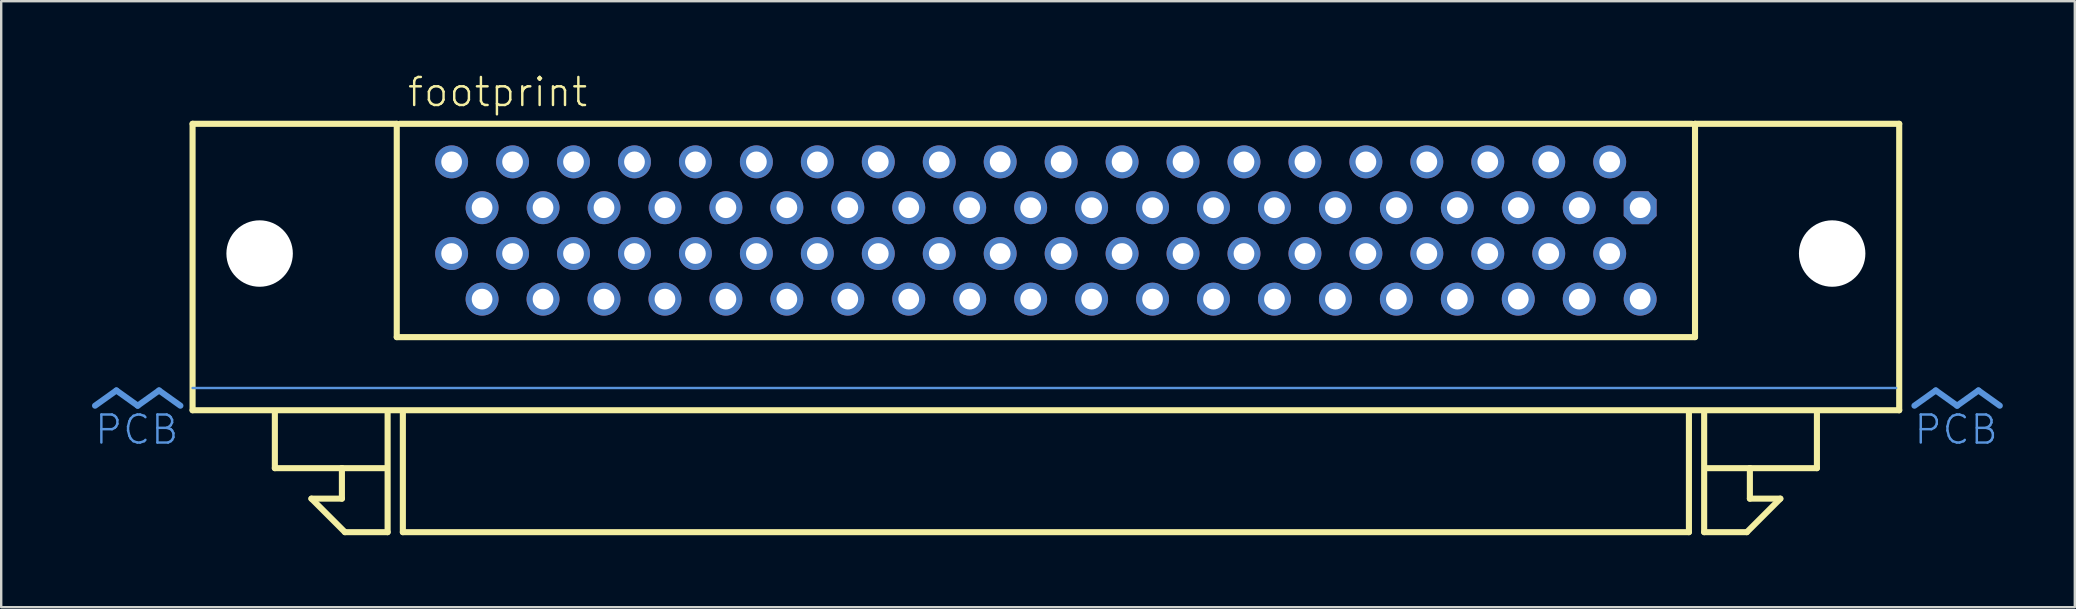
<source format=kicad_pcb>
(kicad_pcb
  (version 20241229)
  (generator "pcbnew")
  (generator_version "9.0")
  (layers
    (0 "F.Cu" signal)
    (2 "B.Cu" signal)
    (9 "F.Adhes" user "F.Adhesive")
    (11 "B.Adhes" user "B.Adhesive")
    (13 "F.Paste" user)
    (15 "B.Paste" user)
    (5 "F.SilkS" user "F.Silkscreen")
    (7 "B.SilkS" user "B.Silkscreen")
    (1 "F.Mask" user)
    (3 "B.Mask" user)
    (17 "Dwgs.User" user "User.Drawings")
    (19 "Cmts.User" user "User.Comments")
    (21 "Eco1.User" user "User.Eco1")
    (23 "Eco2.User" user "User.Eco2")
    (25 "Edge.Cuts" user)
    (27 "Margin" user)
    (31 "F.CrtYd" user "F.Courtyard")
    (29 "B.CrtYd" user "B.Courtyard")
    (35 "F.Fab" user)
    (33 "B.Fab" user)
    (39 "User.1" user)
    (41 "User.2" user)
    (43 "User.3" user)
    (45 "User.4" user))
  (footprint "footprint"
    (layer "F.Cu")
    (at 40.535 12.586)
    (property "Reference" "footprint" (at -26.67 -11.113 0) (layer "F.SilkS") (effects (font (size 1.168 1.168) (thickness 0.102)) (justify left bottom)))
    (fp_line (start -35.56 -10.477) (end -27.051 -10.477) (stroke (width 0.254) (type solid)) (layer "F.SilkS"))
    (fp_line (start -35.56 1.46) (end -35.56 -10.477) (stroke (width 0.254) (type solid)) (layer "F.SilkS"))
    (fp_line (start -32.131 3.873) (end -32.131 1.587) (stroke (width 0.254) (type solid)) (layer "F.SilkS"))
    (fp_line (start -30.607 5.144) (end -29.337 5.144) (stroke (width 0.254) (type solid)) (layer "F.SilkS"))
    (fp_line (start -29.337 3.873) (end -32.131 3.873) (stroke (width 0.254) (type solid)) (layer "F.SilkS"))
    (fp_line (start -29.337 3.873) (end -27.559 3.873) (stroke (width 0.254) (type solid)) (layer "F.SilkS"))
    (fp_line (start -29.337 5.144) (end -29.337 3.873) (stroke (width 0.254) (type solid)) (layer "F.SilkS"))
    (fp_line (start -29.21 6.54) (end -30.607 5.144) (stroke (width 0.254) (type solid)) (layer "F.SilkS"))
    (fp_line (start -27.432 1.587) (end -27.432 6.54) (stroke (width 0.254) (type solid)) (layer "F.SilkS"))
    (fp_line (start -27.432 6.54) (end -29.21 6.54) (stroke (width 0.254) (type solid)) (layer "F.SilkS"))
    (fp_line (start -27.051 -10.477) (end -27.051 -1.587) (stroke (width 0.254) (type solid)) (layer "F.SilkS"))
    (fp_line (start -27.051 -1.587) (end 27.051 -1.587) (stroke (width 0.254) (type solid)) (layer "F.SilkS"))
    (fp_line (start -26.924 -10.477) (end 26.924 -10.477) (stroke (width 0.254) (type solid)) (layer "F.SilkS"))
    (fp_line (start -26.797 6.54) (end -26.797 1.587) (stroke (width 0.254) (type solid)) (layer "F.SilkS"))
    (fp_line (start 26.797 1.587) (end 26.797 6.54) (stroke (width 0.254) (type solid)) (layer "F.SilkS"))
    (fp_line (start 26.797 6.54) (end -26.797 6.54) (stroke (width 0.254) (type solid)) (layer "F.SilkS"))
    (fp_line (start 27.051 -10.477) (end 35.56 -10.477) (stroke (width 0.254) (type solid)) (layer "F.SilkS"))
    (fp_line (start 27.051 -1.587) (end 27.051 -10.477) (stroke (width 0.254) (type solid)) (layer "F.SilkS"))
    (fp_line (start 27.432 1.587) (end 27.432 6.54) (stroke (width 0.254) (type solid)) (layer "F.SilkS"))
    (fp_line (start 27.432 6.54) (end 29.21 6.54) (stroke (width 0.254) (type solid)) (layer "F.SilkS"))
    (fp_line (start 29.21 6.54) (end 30.607 5.144) (stroke (width 0.254) (type solid)) (layer "F.SilkS"))
    (fp_line (start 29.337 3.873) (end 27.559 3.873) (stroke (width 0.254) (type solid)) (layer "F.SilkS"))
    (fp_line (start 29.337 3.873) (end 32.131 3.873) (stroke (width 0.254) (type solid)) (layer "F.SilkS"))
    (fp_line (start 29.337 5.144) (end 29.337 3.873) (stroke (width 0.254) (type solid)) (layer "F.SilkS"))
    (fp_line (start 30.607 5.144) (end 29.337 5.144) (stroke (width 0.254) (type solid)) (layer "F.SilkS"))
    (fp_line (start 32.131 3.873) (end 32.131 1.587) (stroke (width 0.254) (type solid)) (layer "F.SilkS"))
    (fp_line (start 35.56 -10.477) (end 35.56 1.46) (stroke (width 0.254) (type solid)) (layer "F.SilkS"))
    (fp_line (start 35.56 1.46) (end -35.56 1.46) (stroke (width 0.254) (type solid)) (layer "F.SilkS"))
    (fp_line (start -38.735 0.635) (end -39.624 1.27) (stroke (width 0.254) (type solid)) (layer "Cmts.User"))
    (fp_line (start -38.735 0.635) (end -37.846 1.27) (stroke (width 0.254) (type solid)) (layer "Cmts.User"))
    (fp_line (start -36.957 0.635) (end -37.846 1.27) (stroke (width 0.254) (type solid)) (layer "Cmts.User"))
    (fp_line (start -36.957 0.635) (end -36.068 1.27) (stroke (width 0.254) (type solid)) (layer "Cmts.User"))
    (fp_line (start -35.56 0.533) (end 35.433 0.533) (stroke (width 0.1) (type solid)) (layer "Cmts.User"))
    (fp_line (start 37.084 0.635) (end 36.195 1.27) (stroke (width 0.254) (type solid)) (layer "Cmts.User"))
    (fp_line (start 37.084 0.635) (end 37.973 1.27) (stroke (width 0.254) (type solid)) (layer "Cmts.User"))
    (fp_line (start 38.862 0.635) (end 37.973 1.27) (stroke (width 0.254) (type solid)) (layer "Cmts.User"))
    (fp_line (start 38.862 0.635) (end 39.751 1.27) (stroke (width 0.254) (type solid)) (layer "Cmts.User"))
    (fp_text user " PCB" (at -36.068 1.587 0) (layer "Cmts.User") (effects (font (size 1.168 1.168) (thickness 0.102)) (justify right top)))
    (fp_text user "PCB" (at 39.751 1.587 0) (layer "Cmts.User") (effects (font (size 1.168 1.168) (thickness 0.102)) (justify right top)))
    (pad "" np_thru_hole circle (at -32.766 -5.07) (size 2.769 2.769) (drill 2.769) (layers "*.Cu" "*.Mask"))
    (pad "" np_thru_hole circle (at 32.766 -5.07) (size 2.769 2.769) (drill 2.769) (layers "*.Cu" "*.Mask"))
    (pad "1" thru_hole roundrect (at 24.765 -6.98) (size 1.372 1.372) (drill 0.864) (layers "*.Cu" "*.Mask") (roundrect_rratio 0.25) (chamfer_ratio 0.25) (chamfer top_left top_right bottom_left bottom_right))
    (pad "2" thru_hole circle (at 23.495 -8.89) (size 1.372 1.372) (drill 0.864) (layers "*.Cu" "*.Mask"))
    (pad "3" thru_hole circle (at 22.225 -6.98) (size 1.372 1.372) (drill 0.864) (layers "*.Cu" "*.Mask"))
    (pad "4" thru_hole circle (at 20.955 -8.89) (size 1.372 1.372) (drill 0.864) (layers "*.Cu" "*.Mask"))
    (pad "5" thru_hole circle (at 19.685 -6.98) (size 1.372 1.372) (drill 0.864) (layers "*.Cu" "*.Mask"))
    (pad "6" thru_hole circle (at 18.415 -8.89) (size 1.372 1.372) (drill 0.864) (layers "*.Cu" "*.Mask"))
    (pad "7" thru_hole circle (at 17.145 -6.98) (size 1.372 1.372) (drill 0.864) (layers "*.Cu" "*.Mask"))
    (pad "8" thru_hole circle (at 15.875 -8.89) (size 1.372 1.372) (drill 0.864) (layers "*.Cu" "*.Mask"))
    (pad "9" thru_hole circle (at 14.605 -6.98) (size 1.372 1.372) (drill 0.864) (layers "*.Cu" "*.Mask"))
    (pad "10" thru_hole circle (at 13.335 -8.89) (size 1.372 1.372) (drill 0.864) (layers "*.Cu" "*.Mask"))
    (pad "11" thru_hole circle (at 12.065 -6.98) (size 1.372 1.372) (drill 0.864) (layers "*.Cu" "*.Mask"))
    (pad "12" thru_hole circle (at 10.795 -8.89) (size 1.372 1.372) (drill 0.864) (layers "*.Cu" "*.Mask"))
    (pad "13" thru_hole circle (at 9.525 -6.98) (size 1.372 1.372) (drill 0.864) (layers "*.Cu" "*.Mask"))
    (pad "14" thru_hole circle (at 8.255 -8.89) (size 1.372 1.372) (drill 0.864) (layers "*.Cu" "*.Mask"))
    (pad "15" thru_hole circle (at 6.985 -6.98) (size 1.372 1.372) (drill 0.864) (layers "*.Cu" "*.Mask"))
    (pad "16" thru_hole circle (at 5.715 -8.89) (size 1.372 1.372) (drill 0.864) (layers "*.Cu" "*.Mask"))
    (pad "17" thru_hole circle (at 4.445 -6.98) (size 1.372 1.372) (drill 0.864) (layers "*.Cu" "*.Mask"))
    (pad "18" thru_hole circle (at 3.175 -8.89) (size 1.372 1.372) (drill 0.864) (layers "*.Cu" "*.Mask"))
    (pad "19" thru_hole circle (at 1.905 -6.98) (size 1.372 1.372) (drill 0.864) (layers "*.Cu" "*.Mask"))
    (pad "20" thru_hole circle (at 0.635 -8.89) (size 1.372 1.372) (drill 0.864) (layers "*.Cu" "*.Mask"))
    (pad "21" thru_hole circle (at -0.635 -6.98) (size 1.372 1.372) (drill 0.864) (layers "*.Cu" "*.Mask"))
    (pad "22" thru_hole circle (at -1.905 -8.89) (size 1.372 1.372) (drill 0.864) (layers "*.Cu" "*.Mask"))
    (pad "23" thru_hole circle (at -3.175 -6.98) (size 1.372 1.372) (drill 0.864) (layers "*.Cu" "*.Mask"))
    (pad "24" thru_hole circle (at -4.445 -8.89) (size 1.372 1.372) (drill 0.864) (layers "*.Cu" "*.Mask"))
    (pad "25" thru_hole circle (at -5.715 -6.98) (size 1.372 1.372) (drill 0.864) (layers "*.Cu" "*.Mask"))
    (pad "26" thru_hole circle (at -6.985 -8.89) (size 1.372 1.372) (drill 0.864) (layers "*.Cu" "*.Mask"))
    (pad "27" thru_hole circle (at -8.255 -6.98) (size 1.372 1.372) (drill 0.864) (layers "*.Cu" "*.Mask"))
    (pad "28" thru_hole circle (at -9.525 -8.89) (size 1.372 1.372) (drill 0.864) (layers "*.Cu" "*.Mask"))
    (pad "29" thru_hole circle (at -10.795 -6.98) (size 1.372 1.372) (drill 0.864) (layers "*.Cu" "*.Mask"))
    (pad "30" thru_hole circle (at -12.065 -8.89) (size 1.372 1.372) (drill 0.864) (layers "*.Cu" "*.Mask"))
    (pad "31" thru_hole circle (at -13.335 -6.98) (size 1.372 1.372) (drill 0.864) (layers "*.Cu" "*.Mask"))
    (pad "32" thru_hole circle (at -14.605 -8.89) (size 1.372 1.372) (drill 0.864) (layers "*.Cu" "*.Mask"))
    (pad "33" thru_hole circle (at -15.875 -6.98) (size 1.372 1.372) (drill 0.864) (layers "*.Cu" "*.Mask"))
    (pad "34" thru_hole circle (at -17.145 -8.89) (size 1.372 1.372) (drill 0.864) (layers "*.Cu" "*.Mask"))
    (pad "35" thru_hole circle (at -18.415 -6.98) (size 1.372 1.372) (drill 0.864) (layers "*.Cu" "*.Mask"))
    (pad "36" thru_hole circle (at -19.685 -8.89) (size 1.372 1.372) (drill 0.864) (layers "*.Cu" "*.Mask"))
    (pad "37" thru_hole circle (at -20.955 -6.98) (size 1.372 1.372) (drill 0.864) (layers "*.Cu" "*.Mask"))
    (pad "38" thru_hole circle (at -22.225 -8.89) (size 1.372 1.372) (drill 0.864) (layers "*.Cu" "*.Mask"))
    (pad "39" thru_hole circle (at -23.495 -6.98) (size 1.372 1.372) (drill 0.864) (layers "*.Cu" "*.Mask"))
    (pad "40" thru_hole circle (at -24.765 -8.89) (size 1.372 1.372) (drill 0.864) (layers "*.Cu" "*.Mask"))
    (pad "41" thru_hole circle (at 24.765 -3.17) (size 1.372 1.372) (drill 0.864) (layers "*.Cu" "*.Mask"))
    (pad "42" thru_hole circle (at 23.495 -5.07) (size 1.372 1.372) (drill 0.864) (layers "*.Cu" "*.Mask"))
    (pad "43" thru_hole circle (at 22.225 -3.17) (size 1.372 1.372) (drill 0.864) (layers "*.Cu" "*.Mask"))
    (pad "44" thru_hole circle (at 20.955 -5.07) (size 1.372 1.372) (drill 0.864) (layers "*.Cu" "*.Mask"))
    (pad "45" thru_hole circle (at 19.685 -3.17) (size 1.372 1.372) (drill 0.864) (layers "*.Cu" "*.Mask"))
    (pad "46" thru_hole circle (at 18.415 -5.07) (size 1.372 1.372) (drill 0.864) (layers "*.Cu" "*.Mask"))
    (pad "47" thru_hole circle (at 17.145 -3.17) (size 1.372 1.372) (drill 0.864) (layers "*.Cu" "*.Mask"))
    (pad "48" thru_hole circle (at 15.875 -5.07) (size 1.372 1.372) (drill 0.864) (layers "*.Cu" "*.Mask"))
    (pad "49" thru_hole circle (at 14.605 -3.17) (size 1.372 1.372) (drill 0.864) (layers "*.Cu" "*.Mask"))
    (pad "50" thru_hole circle (at 13.335 -5.07) (size 1.372 1.372) (drill 0.864) (layers "*.Cu" "*.Mask"))
    (pad "51" thru_hole circle (at 12.065 -3.17) (size 1.372 1.372) (drill 0.864) (layers "*.Cu" "*.Mask"))
    (pad "52" thru_hole circle (at 10.795 -5.07) (size 1.372 1.372) (drill 0.864) (layers "*.Cu" "*.Mask"))
    (pad "53" thru_hole circle (at 9.525 -3.17) (size 1.372 1.372) (drill 0.864) (layers "*.Cu" "*.Mask"))
    (pad "54" thru_hole circle (at 8.255 -5.07) (size 1.372 1.372) (drill 0.864) (layers "*.Cu" "*.Mask"))
    (pad "55" thru_hole circle (at 6.985 -3.17) (size 1.372 1.372) (drill 0.864) (layers "*.Cu" "*.Mask"))
    (pad "56" thru_hole circle (at 5.715 -5.07) (size 1.372 1.372) (drill 0.864) (layers "*.Cu" "*.Mask"))
    (pad "57" thru_hole circle (at 4.445 -3.17) (size 1.372 1.372) (drill 0.864) (layers "*.Cu" "*.Mask"))
    (pad "58" thru_hole circle (at 3.175 -5.07) (size 1.372 1.372) (drill 0.864) (layers "*.Cu" "*.Mask"))
    (pad "59" thru_hole circle (at 1.905 -3.17) (size 1.372 1.372) (drill 0.864) (layers "*.Cu" "*.Mask"))
    (pad "60" thru_hole circle (at 0.635 -5.07) (size 1.372 1.372) (drill 0.864) (layers "*.Cu" "*.Mask"))
    (pad "61" thru_hole circle (at -0.635 -3.17) (size 1.372 1.372) (drill 0.864) (layers "*.Cu" "*.Mask"))
    (pad "62" thru_hole circle (at -1.905 -5.07) (size 1.372 1.372) (drill 0.864) (layers "*.Cu" "*.Mask"))
    (pad "63" thru_hole circle (at -3.175 -3.17) (size 1.372 1.372) (drill 0.864) (layers "*.Cu" "*.Mask"))
    (pad "64" thru_hole circle (at -4.445 -5.07) (size 1.372 1.372) (drill 0.864) (layers "*.Cu" "*.Mask"))
    (pad "65" thru_hole circle (at -5.715 -3.17) (size 1.372 1.372) (drill 0.864) (layers "*.Cu" "*.Mask"))
    (pad "66" thru_hole circle (at -6.985 -5.07) (size 1.372 1.372) (drill 0.864) (layers "*.Cu" "*.Mask"))
    (pad "67" thru_hole circle (at -8.255 -3.17) (size 1.372 1.372) (drill 0.864) (layers "*.Cu" "*.Mask"))
    (pad "68" thru_hole circle (at -9.525 -5.07) (size 1.372 1.372) (drill 0.864) (layers "*.Cu" "*.Mask"))
    (pad "69" thru_hole circle (at -10.795 -3.17) (size 1.372 1.372) (drill 0.864) (layers "*.Cu" "*.Mask"))
    (pad "70" thru_hole circle (at -12.065 -5.07) (size 1.372 1.372) (drill 0.864) (layers "*.Cu" "*.Mask"))
    (pad "71" thru_hole circle (at -13.335 -3.17) (size 1.372 1.372) (drill 0.864) (layers "*.Cu" "*.Mask"))
    (pad "72" thru_hole circle (at -14.605 -5.07) (size 1.372 1.372) (drill 0.864) (layers "*.Cu" "*.Mask"))
    (pad "73" thru_hole circle (at -15.875 -3.17) (size 1.372 1.372) (drill 0.864) (layers "*.Cu" "*.Mask"))
    (pad "74" thru_hole circle (at -17.145 -5.07) (size 1.372 1.372) (drill 0.864) (layers "*.Cu" "*.Mask"))
    (pad "75" thru_hole circle (at -18.415 -3.17) (size 1.372 1.372) (drill 0.864) (layers "*.Cu" "*.Mask"))
    (pad "76" thru_hole circle (at -19.685 -5.07) (size 1.372 1.372) (drill 0.864) (layers "*.Cu" "*.Mask"))
    (pad "77" thru_hole circle (at -20.955 -3.17) (size 1.372 1.372) (drill 0.864) (layers "*.Cu" "*.Mask"))
    (pad "78" thru_hole circle (at -22.225 -5.07) (size 1.372 1.372) (drill 0.864) (layers "*.Cu" "*.Mask"))
    (pad "79" thru_hole circle (at -23.495 -3.17) (size 1.372 1.372) (drill 0.864) (layers "*.Cu" "*.Mask"))
    (pad "80" thru_hole circle (at -24.765 -5.07) (size 1.372 1.372) (drill 0.864) (layers "*.Cu" "*.Mask")))
  (gr_rect
    (start -3 -3)
    (end 83.413 22.253)
    (stroke (width 0.1) (type default))
    (fill no)
    (layer "Edge.Cuts")))
</source>
